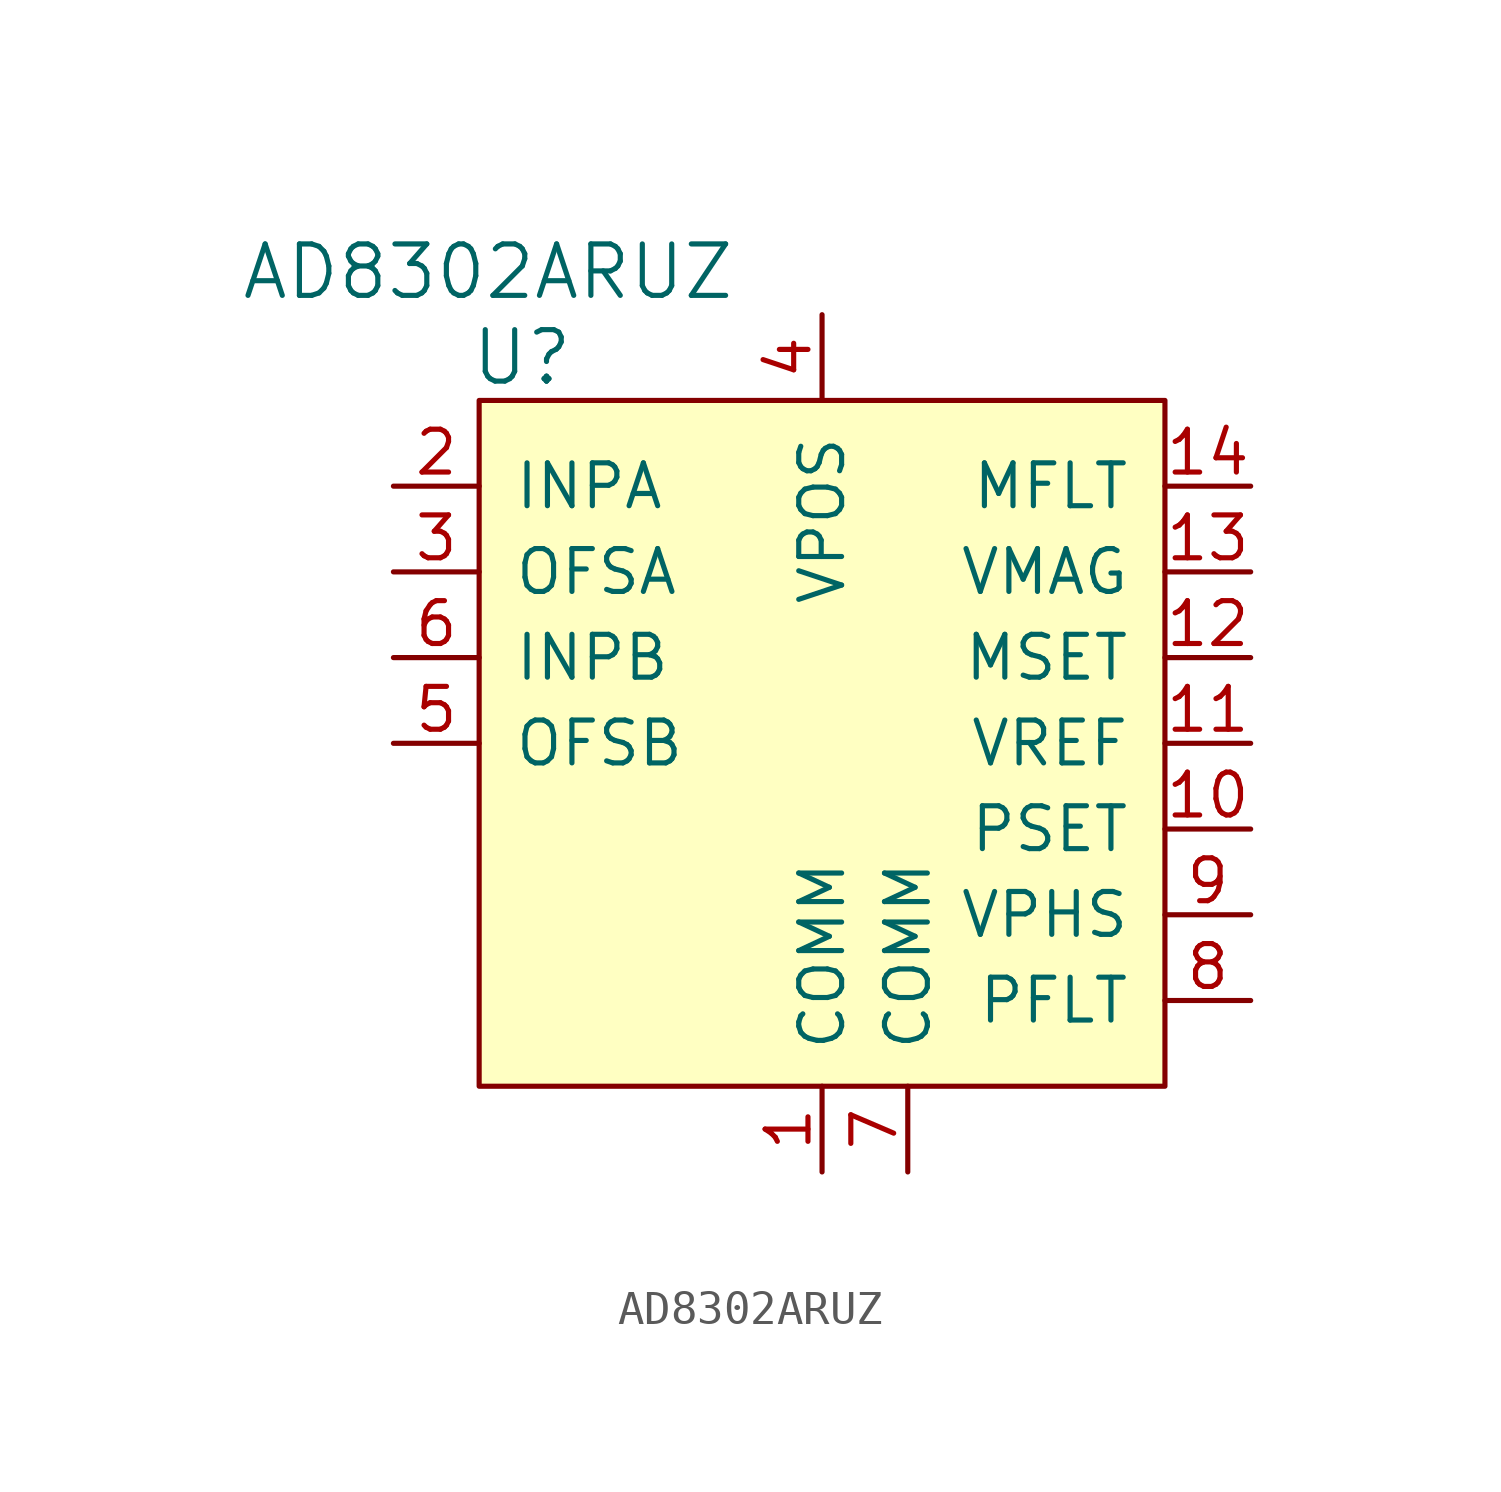
<source format=kicad_sym>
(kicad_symbol_lib
  (version 20220914)
  (generator kicad_symbol_editor)
  (symbol "AD8302ARUZ"
    (pin_names
      (offset 1.016))
    (property "Reference" "U"
      (at -8.89 11.43 0)
      (effects (font (size 1.524 1.524))))
    (property "Value" "AD8302ARUZ"
      (at -2.54 13.97 0)
      (effects (font (size 1.524 1.524)) (justify right)))
    (symbol "AD8302ARUZ_0_1"
      (rectangle (start -10.16 10.16) (end 10.16 -10.16) (stroke (width 0) (type solid)) (fill (type background))))
    (symbol "AD8302ARUZ_1_1"
      (pin power_in line (at 0 -12.7 90) (length 2.54) (name "COMM" (effects (font (size 1.27 1.27)))) (number "1" (effects (font (size 1.27 1.27)))))
      (pin input line (at 12.7 -2.54 180) (length 2.54) (name "PSET" (effects (font (size 1.27 1.27)))) (number "10" (effects (font (size 1.27 1.27)))))
      (pin output line (at 12.7 0 180) (length 2.54) (name "VREF" (effects (font (size 1.27 1.27)))) (number "11" (effects (font (size 1.27 1.27)))))
      (pin input line (at 12.7 2.54 180) (length 2.54) (name "MSET" (effects (font (size 1.27 1.27)))) (number "12" (effects (font (size 1.27 1.27)))))
      (pin output line (at 12.7 5.08 180) (length 2.54) (name "VMAG" (effects (font (size 1.27 1.27)))) (number "13" (effects (font (size 1.27 1.27)))))
      (pin passive line (at 12.7 7.62 180) (length 2.54) (name "MFLT" (effects (font (size 1.27 1.27)))) (number "14" (effects (font (size 1.27 1.27)))))
      (pin input line (at -12.7 7.62 0) (length 2.54) (name "INPA" (effects (font (size 1.27 1.27)))) (number "2" (effects (font (size 1.27 1.27)))))
      (pin passive line (at -12.7 5.08 0) (length 2.54) (name "OFSA" (effects (font (size 1.27 1.27)))) (number "3" (effects (font (size 1.27 1.27)))))
      (pin power_in line (at 0 12.7 270) (length 2.54) (name "VPOS" (effects (font (size 1.27 1.27)))) (number "4" (effects (font (size 1.27 1.27)))))
      (pin passive line (at -12.7 0 0) (length 2.54) (name "OFSB" (effects (font (size 1.27 1.27)))) (number "5" (effects (font (size 1.27 1.27)))))
      (pin input line (at -12.7 2.54 0) (length 2.54) (name "INPB" (effects (font (size 1.27 1.27)))) (number "6" (effects (font (size 1.27 1.27)))))
      (pin power_in line (at 2.54 -12.7 90) (length 2.54) (name "COMM" (effects (font (size 1.27 1.27)))) (number "7" (effects (font (size 1.27 1.27)))))
      (pin passive line (at 12.7 -7.62 180) (length 2.54) (name "PFLT" (effects (font (size 1.27 1.27)))) (number "8" (effects (font (size 1.27 1.27)))))
      (pin output line (at 12.7 -5.08 180) (length 2.54) (name "VPHS" (effects (font (size 1.27 1.27)))) (number "9" (effects (font (size 1.27 1.27))))))))
</source>
